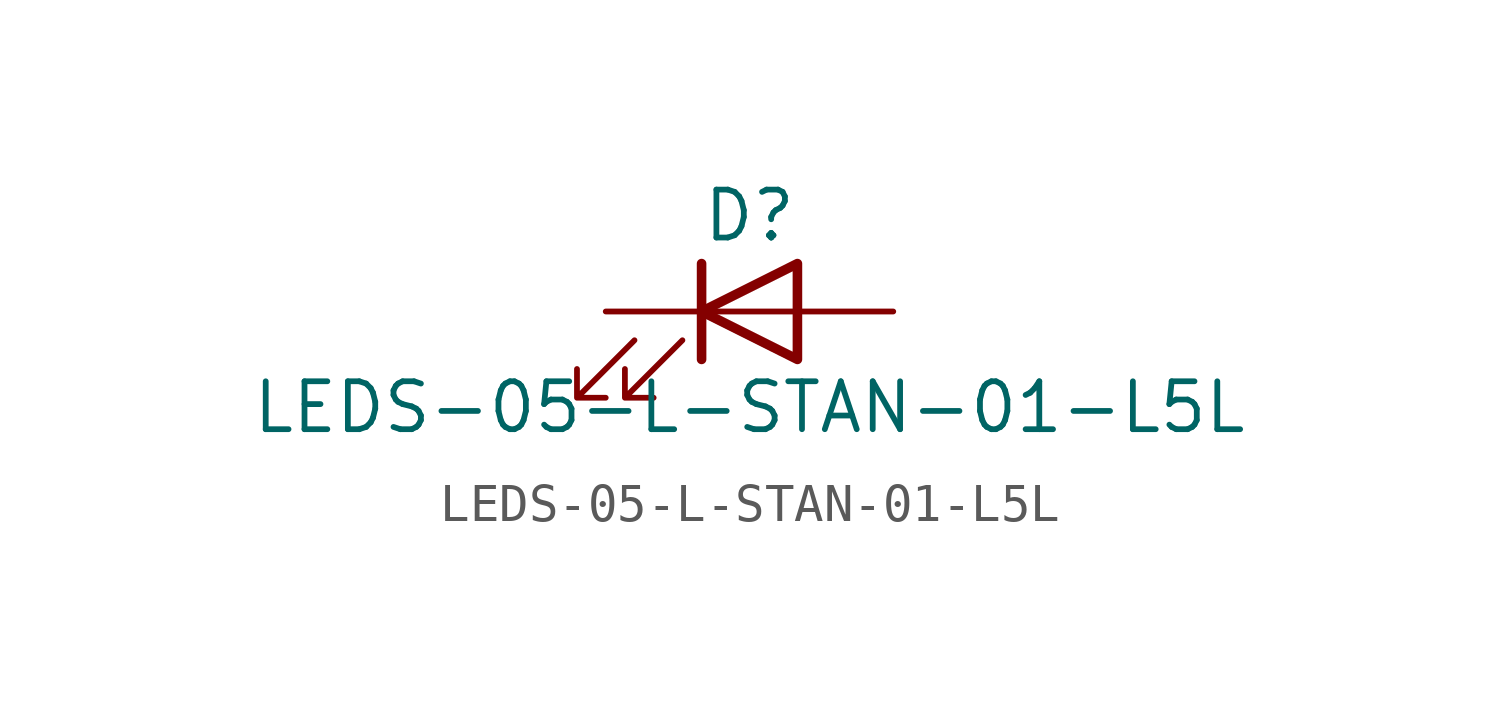
<source format=kicad_sym>
(kicad_symbol_lib
  (version 20211014)
  (generator kicad_symbol_editor)
  (symbol "LEDS-05-L-STAN-01-L5L"
    (pin_numbers hide)
    (pin_names
      (offset 1.016) hide)
    (property "Reference" "D"
      (at 0 2.54 0)
      (effects (font (size 1.27 1.27))))
    (property "Value" "LEDS-05-L-STAN-01-L5L"
      (at 0 -2.54 0)
      (effects (font (size 1.27 1.27))))
    (symbol "LEDS-05-L-STAN-01-L5L_0_1"
      (polyline (pts (xy -1.27 -1.27) (xy -1.27 1.27)) (stroke (width 0.254) (type default) (color 0 0 0 0)) (fill (type none)))
      (polyline (pts (xy -1.27 0) (xy 1.27 0)) (stroke (width 0) (type default) (color 0 0 0 0)) (fill (type none)))
      (polyline (pts (xy 1.27 -1.27) (xy 1.27 1.27) (xy -1.27 0) (xy 1.27 -1.27)) (stroke (width 0.254) (type default) (color 0 0 0 0)) (fill (type none)))
      (polyline (pts (xy -3.048 -0.762) (xy -4.572 -2.286) (xy -3.81 -2.286) (xy -4.572 -2.286) (xy -4.572 -1.524)) (stroke (width 0) (type default) (color 0 0 0 0)) (fill (type none)))
      (polyline (pts (xy -1.778 -0.762) (xy -3.302 -2.286) (xy -2.54 -2.286) (xy -3.302 -2.286) (xy -3.302 -1.524)) (stroke (width 0) (type default) (color 0 0 0 0)) (fill (type none))))
    (symbol "LEDS-05-L-STAN-01-L5L_1_1"
      (pin passive line (at -3.81 0 0) (length 2.54) (name "K" (effects (font (size 1.27 1.27)))) (number "1" (effects (font (size 1.27 1.27)))))
      (pin passive line (at 3.81 0 180) (length 2.54) (name "A" (effects (font (size 1.27 1.27)))) (number "2" (effects (font (size 1.27 1.27))))))))
</source>
